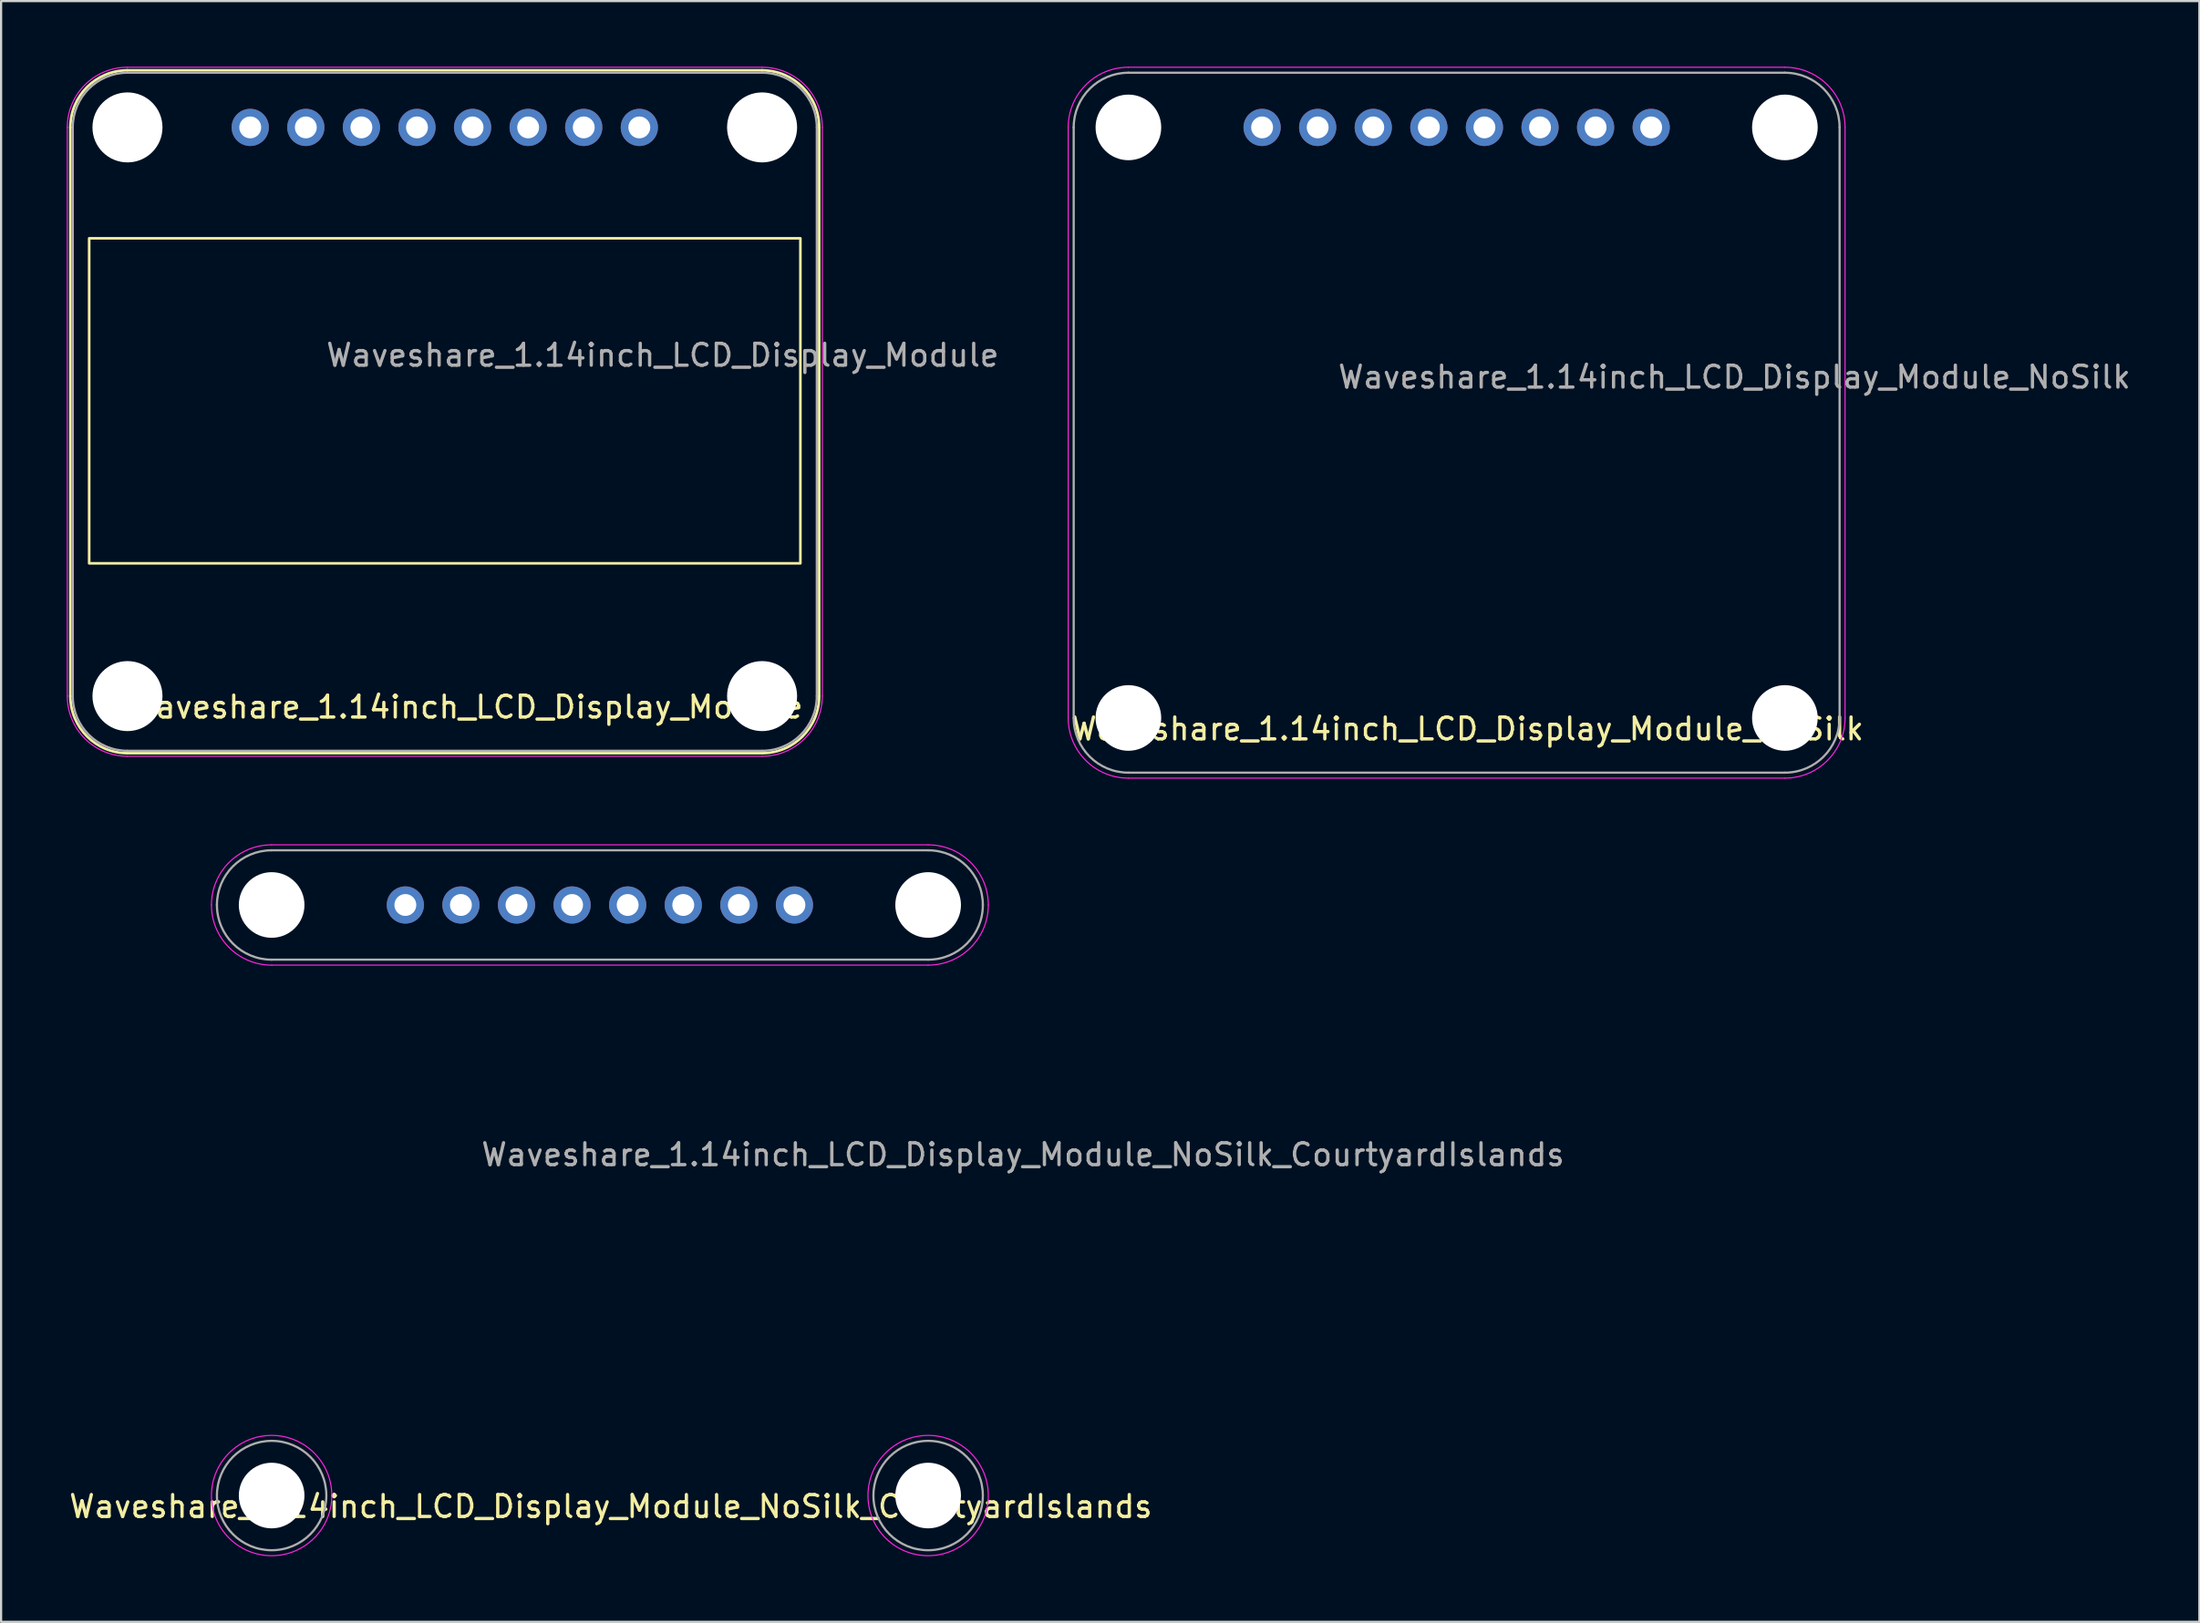
<source format=kicad_pcb>
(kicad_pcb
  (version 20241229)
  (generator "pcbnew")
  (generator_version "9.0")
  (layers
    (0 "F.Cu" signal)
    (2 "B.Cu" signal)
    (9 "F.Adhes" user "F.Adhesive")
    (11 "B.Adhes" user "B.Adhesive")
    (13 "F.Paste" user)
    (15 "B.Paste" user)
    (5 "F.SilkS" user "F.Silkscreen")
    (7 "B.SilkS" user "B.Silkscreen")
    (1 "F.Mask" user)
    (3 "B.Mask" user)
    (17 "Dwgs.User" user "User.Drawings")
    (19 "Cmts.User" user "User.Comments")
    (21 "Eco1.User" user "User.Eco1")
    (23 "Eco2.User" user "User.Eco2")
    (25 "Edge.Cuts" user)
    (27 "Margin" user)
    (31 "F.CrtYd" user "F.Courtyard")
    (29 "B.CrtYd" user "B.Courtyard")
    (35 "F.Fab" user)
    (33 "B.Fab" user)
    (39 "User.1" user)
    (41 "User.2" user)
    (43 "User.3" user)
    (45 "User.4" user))
  (footprint "Waveshare_1.14inch_LCD_Display_Module"
    (layer "F.Cu")
    (at 0.275 31.275)
    (property "Reference" "Waveshare_1.14inch_LCD_Display_Module" (at 18 -2 0) (unlocked yes) (layer "F.SilkS") (effects (font (size 1 1) (thickness 0.15))))
    (attr through_hole)
    (fp_line (start -0.11 -2.5) (end -0.11 -28.5) (stroke (width 0.12) (type default)) (layer "F.SilkS"))
    (fp_line (start 2.5 -31.11) (end 31.5 -31.11) (stroke (width 0.12) (type default)) (layer "F.SilkS"))
    (fp_line (start 31.5 0.11) (end 2.5 0.11) (stroke (width 0.12) (type default)) (layer "F.SilkS"))
    (fp_line (start 34.11 -28.5) (end 34.11 -2.5) (stroke (width 0.12) (type default)) (layer "F.SilkS"))
    (fp_rect (start 0.75 -23.43) (end 33.25 -8.57) (stroke (width 0.12) (type default)) (fill no) (layer "F.SilkS"))
    (fp_arc (start -0.11 -28.5) (mid 0.654451 -30.345549) (end 2.5 -31.11) (stroke (width 0.12) (type default)) (layer "F.SilkS"))
    (fp_arc (start 2.5 0.11) (mid 0.654451 -0.654451) (end -0.11 -2.5) (stroke (width 0.12) (type default)) (layer "F.SilkS"))
    (fp_arc (start 31.5 -31.11) (mid 33.345549 -30.345549) (end 34.11 -28.5) (stroke (width 0.12) (type default)) (layer "F.SilkS"))
    (fp_arc (start 34.11 -2.5) (mid 33.345549 -0.654451) (end 31.5 0.11) (stroke (width 0.12) (type default)) (layer "F.SilkS"))
    (fp_line (start -0.25 -2.5) (end -0.25 -28.5) (stroke (width 0.05) (type default)) (layer "F.CrtYd"))
    (fp_line (start 2.5 -31.25) (end 31.5 -31.25) (stroke (width 0.05) (type default)) (layer "F.CrtYd"))
    (fp_line (start 31.5 0.25) (end 2.5 0.25) (stroke (width 0.05) (type default)) (layer "F.CrtYd"))
    (fp_line (start 34.25 -28.5) (end 34.25 -2.5) (stroke (width 0.05) (type default)) (layer "F.CrtYd"))
    (fp_arc (start -0.25 -28.5) (mid 0.555456 -30.444544) (end 2.5 -31.25) (stroke (width 0.05) (type default)) (layer "F.CrtYd"))
    (fp_arc (start 2.5 0.25) (mid 0.555456 -0.555456) (end -0.25 -2.5) (stroke (width 0.05) (type default)) (layer "F.CrtYd"))
    (fp_arc (start 31.5 -31.25) (mid 33.444544 -30.444544) (end 34.25 -28.5) (stroke (width 0.05) (type default)) (layer "F.CrtYd"))
    (fp_arc (start 34.25 -2.5) (mid 33.444544 -0.555456) (end 31.5 0.25) (stroke (width 0.05) (type default)) (layer "F.CrtYd"))
    (fp_line (start 0 -2.5) (end 0 -28.5) (stroke (width 0.1) (type default)) (layer "F.Fab"))
    (fp_line (start 2.5 -31) (end 31.5 -31) (stroke (width 0.1) (type default)) (layer "F.Fab"))
    (fp_line (start 31.5 0) (end 2.5 0) (stroke (width 0.1) (type default)) (layer "F.Fab"))
    (fp_line (start 34 -28.5) (end 34 -2.5) (stroke (width 0.1) (type default)) (layer "F.Fab"))
    (fp_arc (start 0 -28.5) (mid 0.732233 -30.267767) (end 2.5 -31) (stroke (width 0.1) (type default)) (layer "F.Fab"))
    (fp_arc (start 2.5 0) (mid 0.732233 -0.732233) (end 0 -2.5) (stroke (width 0.1) (type default)) (layer "F.Fab"))
    (fp_arc (start 31.5 -31) (mid 33.267767 -30.267767) (end 34 -28.5) (stroke (width 0.1) (type default)) (layer "F.Fab"))
    (fp_arc (start 34 -2.5) (mid 33.267767 -0.732233) (end 31.5 0) (stroke (width 0.1) (type default)) (layer "F.Fab"))
    (fp_line (start 2.5 -28.5) (end 32.5 -28.5) (stroke (width 0.12) (type default)) (layer "User.2"))
    (fp_text user "${REFERENCE}" (at 11.5 -17.5 0) (unlocked yes) (layer "F.Fab") (effects (font (size 1 1) (thickness 0.15)) (justify left bottom)))
    (pad "" np_thru_hole circle (at 2.5 -28.5) (size 3.2 3.2) (drill 3.2) (layers "*.Cu" "*.Mask"))
    (pad "" np_thru_hole circle (at 2.5 -2.5) (size 3.2 3.2) (drill 3.2) (layers "*.Cu" "*.Mask"))
    (pad "" np_thru_hole circle (at 31.5 -28.5) (size 3.2 3.2) (drill 3.2) (layers "*.Cu" "*.Mask"))
    (pad "" np_thru_hole circle (at 31.5 -2.5) (size 3.2 3.2) (drill 3.2) (layers "*.Cu" "*.Mask"))
    (pad "1" thru_hole circle (at 25.89 -28.5) (size 1.7 1.7) (drill 1) (layers "*.Cu" "*.Mask"))
    (pad "2" thru_hole circle (at 23.35 -28.5) (size 1.7 1.7) (drill 1) (layers "*.Cu" "*.Mask"))
    (pad "3" thru_hole circle (at 20.81 -28.5) (size 1.7 1.7) (drill 1) (layers "*.Cu" "*.Mask"))
    (pad "4" thru_hole circle (at 18.27 -28.5) (size 1.7 1.7) (drill 1) (layers "*.Cu" "*.Mask"))
    (pad "5" thru_hole circle (at 15.73 -28.5) (size 1.7 1.7) (drill 1) (layers "*.Cu" "*.Mask"))
    (pad "6" thru_hole circle (at 13.19 -28.5) (size 1.7 1.7) (drill 1) (layers "*.Cu" "*.Mask"))
    (pad "7" thru_hole circle (at 10.65 -28.5) (size 1.7 1.7) (drill 1) (layers "*.Cu" "*.Mask"))
    (pad "8" thru_hole circle (at 8.11 -28.5) (size 1.7 1.7) (drill 1) (layers "*.Cu" "*.Mask")))
  (footprint "Waveshare_1.14inch_LCD_Display_Module_NoSilk_CourtyardIslands"
    (layer "F.Cu")
    (at 6.863 67.825)
    (property "Reference" "Waveshare_1.14inch_LCD_Display_Module_NoSilk_CourtyardIslands" (at 18 -2 0) (unlocked yes) (layer "F.SilkS") (effects (font (size 1 1) (thickness 0.15))))
    (attr through_hole)
    (fp_line (start 2.5 -32.25) (end 32.5 -32.25) (stroke (width 0.05) (type default)) (layer "F.CrtYd"))
    (fp_line (start 2.5 -26.75) (end 32.5 -26.75) (stroke (width 0.05) (type default)) (layer "F.CrtYd"))
    (fp_arc (start -0.25 -29.5) (mid 0.555456 -31.444544) (end 2.5 -32.25) (stroke (width 0.05) (type default)) (layer "F.CrtYd"))
    (fp_arc (start 2.5 -26.75) (mid 0.555456 -27.555456) (end -0.25 -29.5) (stroke (width 0.05) (type default)) (layer "F.CrtYd"))
    (fp_arc (start 32.5 -32.25) (mid 34.444544 -31.444544) (end 35.25 -29.5) (stroke (width 0.05) (type default)) (layer "F.CrtYd"))
    (fp_arc (start 35.25 -29.5) (mid 34.444544 -27.555456) (end 32.5 -26.75) (stroke (width 0.05) (type default)) (layer "F.CrtYd"))
    (fp_circle (center 2.5 -2.5) (end 2.5 -5.25) (stroke (width 0.05) (type default)) (fill no) (layer "F.CrtYd"))
    (fp_circle (center 32.5 -2.5) (end 32.5 -5.25) (stroke (width 0.05) (type default)) (fill no) (layer "F.CrtYd"))
    (fp_line (start 2.5 -32) (end 32.5 -32) (stroke (width 0.1) (type default)) (layer "F.Fab"))
    (fp_line (start 32.5 -27) (end 2.5 -27) (stroke (width 0.1) (type default)) (layer "F.Fab"))
    (fp_arc (start 0 -29.5) (mid 0.732233 -31.267767) (end 2.5 -32) (stroke (width 0.1) (type default)) (layer "F.Fab"))
    (fp_arc (start 2.5 -27) (mid 0.732233 -27.732233) (end 0 -29.5) (stroke (width 0.1) (type default)) (layer "F.Fab"))
    (fp_arc (start 32.5 -32) (mid 34.267767 -31.267767) (end 35 -29.5) (stroke (width 0.1) (type default)) (layer "F.Fab"))
    (fp_arc (start 35 -29.5) (mid 34.267767 -27.732233) (end 32.5 -27) (stroke (width 0.1) (type default)) (layer "F.Fab"))
    (fp_circle (center 2.5 -2.5) (end 2.5 -5) (stroke (width 0.1) (type default)) (fill no) (layer "F.Fab"))
    (fp_circle (center 32.5 -2.5) (end 32.5 -5) (stroke (width 0.1) (type default)) (fill no) (layer "F.Fab"))
    (fp_text user "${REFERENCE}" (at 12 -17.5 0) (unlocked yes) (layer "F.Fab") (effects (font (size 1 1) (thickness 0.15)) (justify left bottom)))
    (pad "" np_thru_hole circle (at 2.5 -29.5) (size 3 3) (drill 3) (layers "*.Cu" "*.Mask"))
    (pad "" np_thru_hole circle (at 2.5 -2.5) (size 3 3) (drill 3) (layers "*.Cu" "*.Mask"))
    (pad "" np_thru_hole circle (at 32.5 -29.5) (size 3 3) (drill 3) (layers "*.Cu" "*.Mask"))
    (pad "" np_thru_hole circle (at 32.5 -2.5) (size 3 3) (drill 3) (layers "*.Cu" "*.Mask"))
    (pad "1" thru_hole circle (at 26.39 -29.5) (size 1.7 1.7) (drill 1) (layers "*.Cu" "*.Mask"))
    (pad "2" thru_hole circle (at 23.85 -29.5) (size 1.7 1.7) (drill 1) (layers "*.Cu" "*.Mask"))
    (pad "3" thru_hole circle (at 21.31 -29.5) (size 1.7 1.7) (drill 1) (layers "*.Cu" "*.Mask"))
    (pad "4" thru_hole circle (at 18.77 -29.5) (size 1.7 1.7) (drill 1) (layers "*.Cu" "*.Mask"))
    (pad "5" thru_hole circle (at 16.23 -29.5) (size 1.7 1.7) (drill 1) (layers "*.Cu" "*.Mask"))
    (pad "6" thru_hole circle (at 13.69 -29.5) (size 1.7 1.7) (drill 1) (layers "*.Cu" "*.Mask"))
    (pad "7" thru_hole circle (at 11.15 -29.5) (size 1.7 1.7) (drill 1) (layers "*.Cu" "*.Mask"))
    (pad "8" thru_hole circle (at 8.61 -29.5) (size 1.7 1.7) (drill 1) (layers "*.Cu" "*.Mask")))
  (footprint "Waveshare_1.14inch_LCD_Display_Module_NoSilk"
    (layer "F.Cu")
    (at 46.014 32.275)
    (property "Reference" "Waveshare_1.14inch_LCD_Display_Module_NoSilk" (at 18 -2 0) (unlocked yes) (layer "F.SilkS") (effects (font (size 1 1) (thickness 0.15))))
    (attr through_hole)
    (fp_line (start -0.25 -2.5) (end -0.25 -29.5) (stroke (width 0.05) (type default)) (layer "F.CrtYd"))
    (fp_line (start 2.5 -32.25) (end 32.5 -32.25) (stroke (width 0.05) (type default)) (layer "F.CrtYd"))
    (fp_line (start 32.5 0.25) (end 2.5 0.25) (stroke (width 0.05) (type default)) (layer "F.CrtYd"))
    (fp_line (start 35.25 -29.5) (end 35.25 -2.5) (stroke (width 0.05) (type default)) (layer "F.CrtYd"))
    (fp_arc (start -0.25 -29.5) (mid 0.555456 -31.444544) (end 2.5 -32.25) (stroke (width 0.05) (type default)) (layer "F.CrtYd"))
    (fp_arc (start 2.5 0.25) (mid 0.555456 -0.555456) (end -0.25 -2.5) (stroke (width 0.05) (type default)) (layer "F.CrtYd"))
    (fp_arc (start 32.5 -32.25) (mid 34.444544 -31.444544) (end 35.25 -29.5) (stroke (width 0.05) (type default)) (layer "F.CrtYd"))
    (fp_arc (start 35.25 -2.5) (mid 34.444544 -0.555456) (end 32.5 0.25) (stroke (width 0.05) (type default)) (layer "F.CrtYd"))
    (fp_line (start 0 -2.5) (end 0 -29.5) (stroke (width 0.1) (type default)) (layer "F.Fab"))
    (fp_line (start 2.5 -32) (end 32.5 -32) (stroke (width 0.1) (type default)) (layer "F.Fab"))
    (fp_line (start 32.5 0) (end 2.5 0) (stroke (width 0.1) (type default)) (layer "F.Fab"))
    (fp_line (start 35 -29.5) (end 35 -2.5) (stroke (width 0.1) (type default)) (layer "F.Fab"))
    (fp_arc (start 0 -29.5) (mid 0.732233 -31.267767) (end 2.5 -32) (stroke (width 0.1) (type default)) (layer "F.Fab"))
    (fp_arc (start 2.5 0) (mid 0.732233 -0.732233) (end 0 -2.5) (stroke (width 0.1) (type default)) (layer "F.Fab"))
    (fp_arc (start 32.5 -32) (mid 34.267767 -31.267767) (end 35 -29.5) (stroke (width 0.1) (type default)) (layer "F.Fab"))
    (fp_arc (start 35 -2.5) (mid 34.267767 -0.732233) (end 32.5 0) (stroke (width 0.1) (type default)) (layer "F.Fab"))
    (fp_line (start 2.5 -29.5) (end 32.5 -29.5) (stroke (width 0.12) (type default)) (layer "User.2"))
    (fp_rect (start 0 -32) (end 2.5 -29.5) (stroke (width 0.12) (type default)) (fill no) (layer "User.2"))
    (fp_rect (start 0 0) (end 2.5 -2.5) (stroke (width 0.12) (type default)) (fill no) (layer "User.2"))
    (fp_rect (start 35 -32) (end 32.5 -29.5) (stroke (width 0.12) (type default)) (fill no) (layer "User.2"))
    (fp_rect (start 35 0) (end 32.5 -2.5) (stroke (width 0.12) (type default)) (fill no) (layer "User.2"))
    (fp_text user "${REFERENCE}" (at 12 -17.5 0) (unlocked yes) (layer "F.Fab") (effects (font (size 1 1) (thickness 0.15)) (justify left bottom)))
    (pad "" np_thru_hole circle (at 2.5 -29.5) (size 3 3) (drill 3) (layers "*.Cu" "*.Mask"))
    (pad "" np_thru_hole circle (at 2.5 -2.5) (size 3 3) (drill 3) (layers "*.Cu" "*.Mask"))
    (pad "" np_thru_hole circle (at 32.5 -29.5) (size 3 3) (drill 3) (layers "*.Cu" "*.Mask"))
    (pad "" np_thru_hole circle (at 32.5 -2.5) (size 3 3) (drill 3) (layers "*.Cu" "*.Mask"))
    (pad "1" thru_hole circle (at 26.39 -29.5) (size 1.7 1.7) (drill 1) (layers "*.Cu" "*.Mask"))
    (pad "2" thru_hole circle (at 23.85 -29.5) (size 1.7 1.7) (drill 1) (layers "*.Cu" "*.Mask"))
    (pad "3" thru_hole circle (at 21.31 -29.5) (size 1.7 1.7) (drill 1) (layers "*.Cu" "*.Mask"))
    (pad "4" thru_hole circle (at 18.77 -29.5) (size 1.7 1.7) (drill 1) (layers "*.Cu" "*.Mask"))
    (pad "5" thru_hole circle (at 16.23 -29.5) (size 1.7 1.7) (drill 1) (layers "*.Cu" "*.Mask"))
    (pad "6" thru_hole circle (at 13.69 -29.5) (size 1.7 1.7) (drill 1) (layers "*.Cu" "*.Mask"))
    (pad "7" thru_hole circle (at 11.15 -29.5) (size 1.7 1.7) (drill 1) (layers "*.Cu" "*.Mask"))
    (pad "8" thru_hole circle (at 8.61 -29.5) (size 1.7 1.7) (drill 1) (layers "*.Cu" "*.Mask")))
  (gr_rect
    (start -3 -3)
    (end 97.455 71.1)
    (stroke (width 0.1) (type default))
    (fill no)
    (layer "Edge.Cuts")))
</source>
